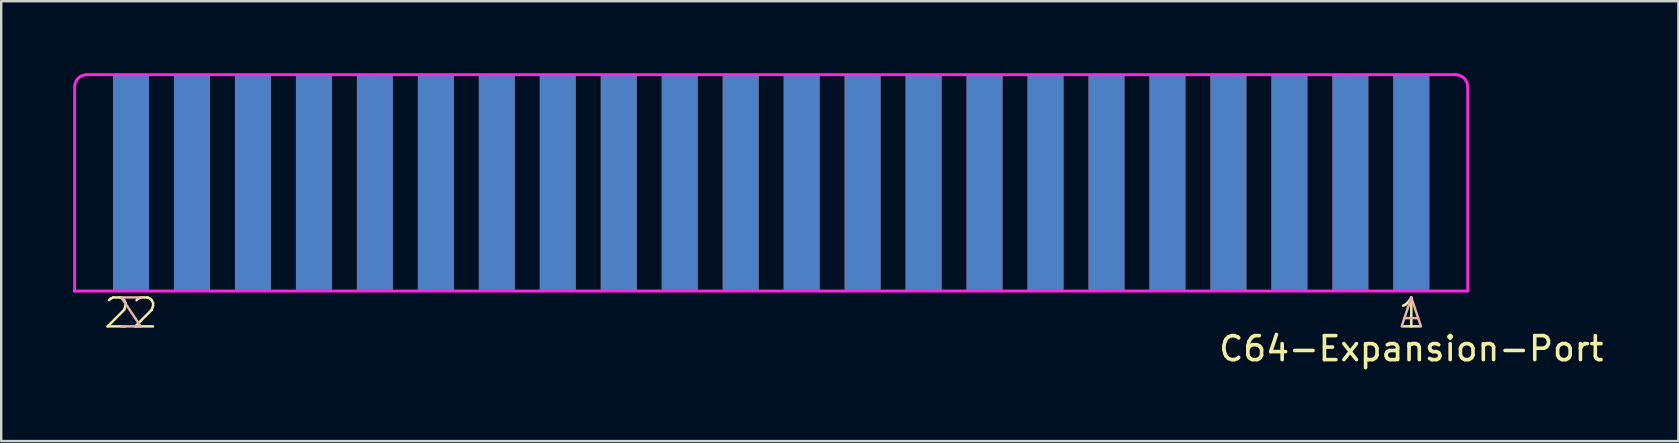
<source format=kicad_pcb>
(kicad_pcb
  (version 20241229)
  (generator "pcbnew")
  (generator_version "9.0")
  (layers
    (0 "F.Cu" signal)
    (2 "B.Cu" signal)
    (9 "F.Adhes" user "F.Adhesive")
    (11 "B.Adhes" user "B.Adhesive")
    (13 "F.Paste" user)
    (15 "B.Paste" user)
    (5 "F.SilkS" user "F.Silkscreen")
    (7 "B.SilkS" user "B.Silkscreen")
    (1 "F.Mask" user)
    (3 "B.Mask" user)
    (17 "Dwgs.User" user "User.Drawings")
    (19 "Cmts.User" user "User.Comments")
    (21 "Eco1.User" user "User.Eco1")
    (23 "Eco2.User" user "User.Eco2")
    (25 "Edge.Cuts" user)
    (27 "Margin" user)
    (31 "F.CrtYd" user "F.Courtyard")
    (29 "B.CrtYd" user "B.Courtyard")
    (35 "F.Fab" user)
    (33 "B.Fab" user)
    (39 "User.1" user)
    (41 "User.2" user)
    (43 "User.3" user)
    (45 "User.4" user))
  (footprint "C64-Expansion-Port"
    (layer "F.Cu")
    (at 29.079 4.569)
    (property "Reference" "C64-Expansion-Port" (at 26.67 6.909 0) (layer "F.SilkS") (effects (font (size 1 1) (thickness 0.15))))
    (attr through_hole)
    (fp_poly (pts (xy -29 4.5) (xy 29 4.5) (xy 29 -4.5) (xy -29 -4.5)) (stroke (width 0) (type solid)) (fill yes) (layer "F.Mask"))
    (fp_poly (pts (xy -29 4.5) (xy 29 4.5) (xy 29 -4.5) (xy -29 -4.5)) (stroke (width 0) (type solid)) (fill yes) (layer "B.Mask"))
    (fp_line (start -29.02 4.508) (end -29.02 -4) (stroke (width 0.12) (type solid)) (layer "F.CrtYd"))
    (fp_line (start -28.512 -4.508) (end 28.512 -4.508) (stroke (width 0.12) (type solid)) (layer "F.CrtYd"))
    (fp_line (start 29.02 -4) (end 29.02 4.508) (stroke (width 0.12) (type solid)) (layer "F.CrtYd"))
    (fp_line (start 29.02 4.508) (end -29.02 4.508) (stroke (width 0.12) (type solid)) (layer "F.CrtYd"))
    (fp_arc (start -29.0195 -4.0005) (mid -28.87071 -4.35971) (end -28.5115 -4.5085) (stroke (width 0.12) (type solid)) (layer "F.CrtYd"))
    (fp_arc (start 28.5115 -4.5085) (mid 28.87071 -4.35971) (end 29.0195 -4.0005) (stroke (width 0.12) (type solid)) (layer "F.CrtYd"))
    (fp_text user "1" (at 26.67 6.132 0) (layer "F.SilkS") (effects (font (size 1.206 1.206) (thickness 0.102)) (justify bottom)))
    (fp_text user "22" (at -26.67 6.132 0) (layer "F.SilkS") (effects (font (size 1.206 1.206) (thickness 0.102)) (justify bottom)))
    (fp_text user "Z" (at -26.67 6.132 0) (layer "B.SilkS") (effects (font (size 1.206 1.206) (thickness 0.102)) (justify bottom mirror)))
    (fp_text user "A" (at 26.67 6.132 0) (layer "B.SilkS") (effects (font (size 1.206 1.206) (thickness 0.102)) (justify bottom mirror)))
    (pad "1" smd rect (at 26.67 0) (size 1.5 9) (layers "F.Cu" "F.Mask"))
    (pad "2" smd rect (at 24.13 0) (size 1.5 9) (layers "F.Cu" "F.Mask"))
    (pad "3" smd rect (at 21.59 0) (size 1.5 9) (layers "F.Cu" "F.Mask"))
    (pad "4" smd rect (at 19.05 0) (size 1.5 9) (layers "F.Cu" "F.Mask"))
    (pad "5" smd rect (at 16.51 0) (size 1.5 9) (layers "F.Cu" "F.Mask"))
    (pad "6" smd rect (at 13.97 0) (size 1.5 9) (layers "F.Cu" "F.Mask"))
    (pad "7" smd rect (at 11.43 0) (size 1.5 9) (layers "F.Cu" "F.Mask"))
    (pad "8" smd rect (at 8.89 0) (size 1.5 9) (layers "F.Cu" "F.Mask"))
    (pad "9" smd rect (at 6.35 0) (size 1.5 9) (layers "F.Cu" "F.Mask"))
    (pad "10" smd rect (at 3.81 0) (size 1.5 9) (layers "F.Cu" "F.Mask"))
    (pad "11" smd rect (at 1.27 0) (size 1.5 9) (layers "F.Cu" "F.Mask"))
    (pad "12" smd rect (at -1.27 0) (size 1.5 9) (layers "F.Cu" "F.Mask"))
    (pad "13" smd rect (at -3.81 0) (size 1.5 9) (layers "F.Cu" "F.Mask"))
    (pad "14" smd rect (at -6.35 0) (size 1.5 9) (layers "F.Cu" "F.Mask"))
    (pad "15" smd rect (at -8.89 0) (size 1.5 9) (layers "F.Cu" "F.Mask"))
    (pad "16" smd rect (at -11.43 0) (size 1.5 9) (layers "F.Cu" "F.Mask"))
    (pad "17" smd rect (at -13.97 0) (size 1.5 9) (layers "F.Cu" "F.Mask"))
    (pad "18" smd rect (at -16.51 0) (size 1.5 9) (layers "F.Cu" "F.Mask"))
    (pad "19" smd rect (at -19.05 0) (size 1.5 9) (layers "F.Cu" "F.Mask"))
    (pad "20" smd rect (at -21.59 0) (size 1.5 9) (layers "F.Cu" "F.Mask"))
    (pad "21" smd rect (at -24.13 0) (size 1.5 9) (layers "F.Cu" "F.Mask"))
    (pad "22" smd rect (at -26.67 0) (size 1.5 9) (layers "F.Cu" "F.Mask"))
    (pad "23" smd rect (at 26.67 0) (size 1.5 9) (layers "F.Mask" "B.Cu"))
    (pad "24" smd rect (at 24.13 0) (size 1.5 9) (layers "F.Mask" "B.Cu"))
    (pad "25" smd rect (at 21.59 0) (size 1.5 9) (layers "F.Mask" "B.Cu"))
    (pad "26" smd rect (at 19.05 0) (size 1.5 9) (layers "F.Mask" "B.Cu"))
    (pad "27" smd rect (at 16.51 0) (size 1.5 9) (layers "F.Mask" "B.Cu"))
    (pad "28" smd rect (at 13.97 0) (size 1.5 9) (layers "F.Mask" "B.Cu"))
    (pad "29" smd rect (at 11.43 0) (size 1.5 9) (layers "F.Mask" "B.Cu"))
    (pad "30" smd rect (at 8.89 0) (size 1.5 9) (layers "F.Mask" "B.Cu"))
    (pad "31" smd rect (at 6.35 0) (size 1.5 9) (layers "F.Mask" "B.Cu"))
    (pad "32" smd rect (at 3.81 0) (size 1.5 9) (layers "F.Mask" "B.Cu"))
    (pad "33" smd rect (at 1.27 0) (size 1.5 9) (layers "F.Mask" "B.Cu"))
    (pad "34" smd rect (at -1.27 0) (size 1.5 9) (layers "F.Mask" "B.Cu"))
    (pad "35" smd rect (at -3.81 0) (size 1.5 9) (layers "F.Mask" "B.Cu"))
    (pad "36" smd rect (at -6.35 0) (size 1.5 9) (layers "F.Mask" "B.Cu"))
    (pad "37" smd rect (at -8.89 0) (size 1.5 9) (layers "F.Mask" "B.Cu"))
    (pad "38" smd rect (at -11.43 0) (size 1.5 9) (layers "F.Mask" "B.Cu"))
    (pad "39" smd rect (at -13.97 0) (size 1.5 9) (layers "F.Mask" "B.Cu"))
    (pad "40" smd rect (at -16.51 0) (size 1.5 9) (layers "F.Mask" "B.Cu"))
    (pad "41" smd rect (at -19.05 0) (size 1.5 9) (layers "F.Mask" "B.Cu"))
    (pad "42" smd rect (at -21.59 0) (size 1.5 9) (layers "F.Mask" "B.Cu"))
    (pad "43" smd rect (at -24.13 0) (size 1.5 9) (layers "F.Mask" "B.Cu"))
    (pad "44" smd rect (at -26.67 0) (size 1.5 9) (layers "F.Mask" "B.Cu")))
  (gr_rect
    (start -3 -3)
    (end 66.875 15.326)
    (stroke (width 0.1) (type default))
    (fill no)
    (layer "Edge.Cuts")))
</source>
